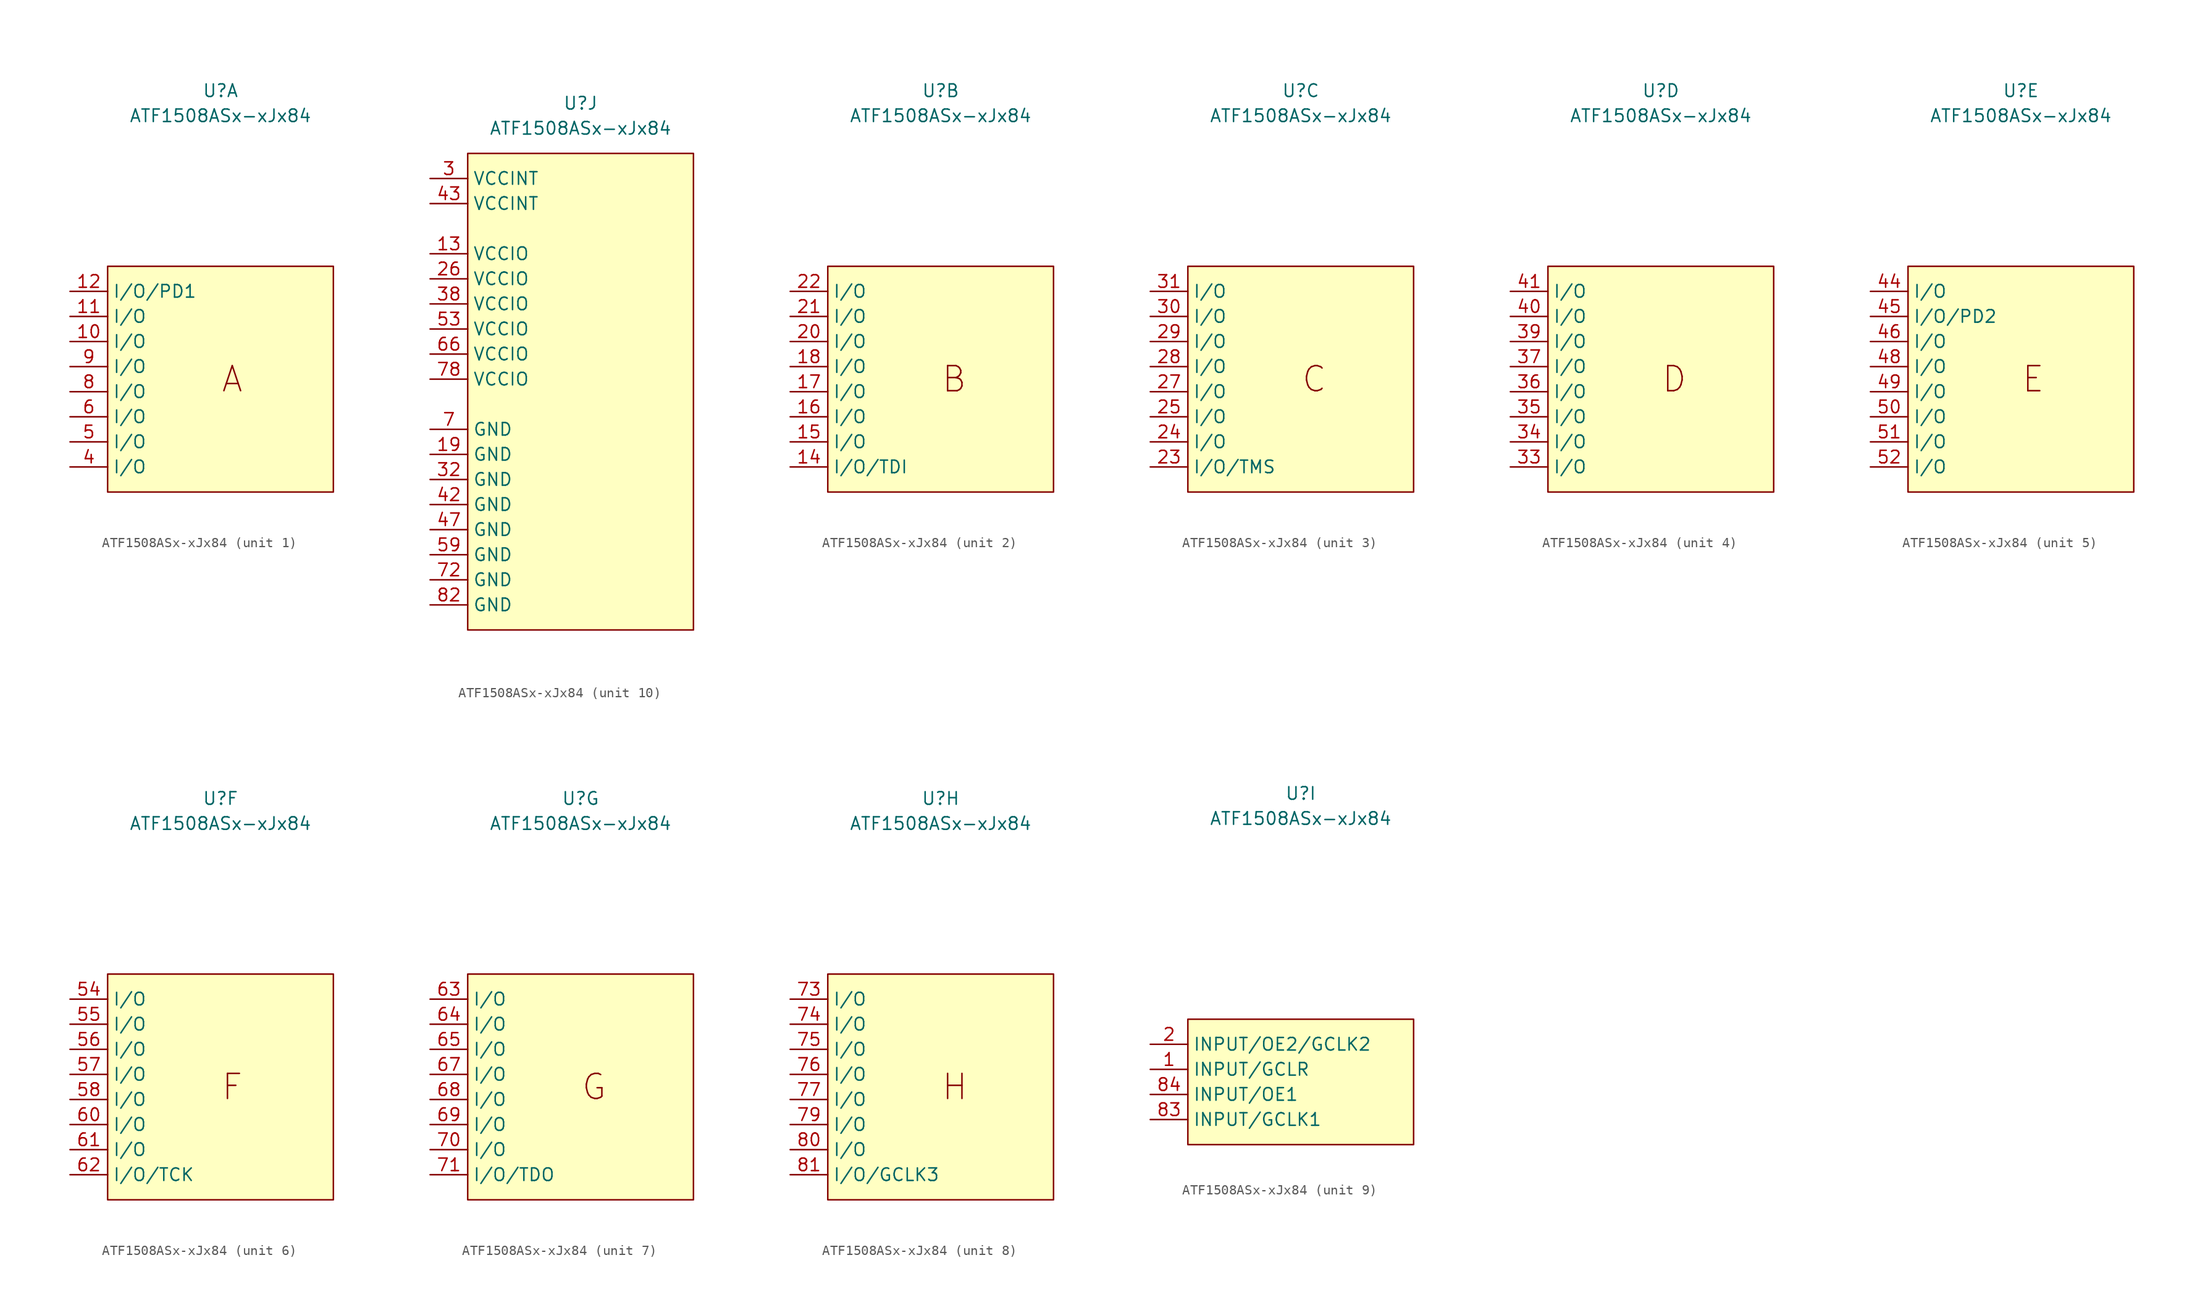
<source format=kicad_sym>
(kicad_symbol_lib
  (version 20231120)
  (generator "kicad_symbol_editor")
  (generator_version "8.0")
  (symbol "ATF1508ASx-xJx84"
    (property "Reference" "U"
      (at 0 27.94 0)
      (effects (font (size 1.27 1.27))))
    (property "Value" "ATF1508ASx-xJx84"
      (at 0 25.4 0)
      (effects (font (size 1.27 1.27))))
    (property "ki_locked" ""
      (at 0 0 0)
      (effects (font (size 1.27 1.27))))
    (symbol "ATF1508ASx-xJx84_1_0"
      (pin bidirectional line (at -15.24 2.54 0) (length 3.81) (name "I/O" (effects (font (size 1.27 1.27)))) (number "10" (effects (font (size 1.27 1.27)))))
      (pin bidirectional line (at -15.24 5.08 0) (length 3.81) (name "I/O" (effects (font (size 1.27 1.27)))) (number "11" (effects (font (size 1.27 1.27)))))
      (pin bidirectional line (at -15.24 7.62 0) (length 3.81) (name "I/O/PD1" (effects (font (size 1.27 1.27)))) (number "12" (effects (font (size 1.27 1.27)))))
      (pin bidirectional line (at -15.24 -10.16 0) (length 3.81) (name "I/O" (effects (font (size 1.27 1.27)))) (number "4" (effects (font (size 1.27 1.27)))))
      (pin bidirectional line (at -15.24 -7.62 0) (length 3.81) (name "I/O" (effects (font (size 1.27 1.27)))) (number "5" (effects (font (size 1.27 1.27)))))
      (pin bidirectional line (at -15.24 -5.08 0) (length 3.81) (name "I/O" (effects (font (size 1.27 1.27)))) (number "6" (effects (font (size 1.27 1.27)))))
      (pin bidirectional line (at -15.24 -2.54 0) (length 3.81) (name "I/O" (effects (font (size 1.27 1.27)))) (number "8" (effects (font (size 1.27 1.27)))))
      (pin bidirectional line (at -15.24 0 0) (length 3.81) (name "I/O" (effects (font (size 1.27 1.27)))) (number "9" (effects (font (size 1.27 1.27))))))
    (symbol "ATF1508ASx-xJx84_1_1"
      (rectangle (start -11.43 10.16) (end 11.43 -12.7) (stroke (width 0) (type default)) (fill (type background)))
      (text "A" (at 0 -1.27 0) (effects (font (size 2.54 2.54)) (justify left))))
    (symbol "ATF1508ASx-xJx84_2_0"
      (pin bidirectional line (at -15.24 -10.16 0) (length 3.81) (name "I/O/TDI" (effects (font (size 1.27 1.27)))) (number "14" (effects (font (size 1.27 1.27)))))
      (pin bidirectional line (at -15.24 -7.62 0) (length 3.81) (name "I/O" (effects (font (size 1.27 1.27)))) (number "15" (effects (font (size 1.27 1.27)))))
      (pin bidirectional line (at -15.24 -5.08 0) (length 3.81) (name "I/O" (effects (font (size 1.27 1.27)))) (number "16" (effects (font (size 1.27 1.27)))))
      (pin bidirectional line (at -15.24 -2.54 0) (length 3.81) (name "I/O" (effects (font (size 1.27 1.27)))) (number "17" (effects (font (size 1.27 1.27)))))
      (pin bidirectional line (at -15.24 0 0) (length 3.81) (name "I/O" (effects (font (size 1.27 1.27)))) (number "18" (effects (font (size 1.27 1.27)))))
      (pin bidirectional line (at -15.24 2.54 0) (length 3.81) (name "I/O" (effects (font (size 1.27 1.27)))) (number "20" (effects (font (size 1.27 1.27)))))
      (pin bidirectional line (at -15.24 5.08 0) (length 3.81) (name "I/O" (effects (font (size 1.27 1.27)))) (number "21" (effects (font (size 1.27 1.27)))))
      (pin bidirectional line (at -15.24 7.62 0) (length 3.81) (name "I/O" (effects (font (size 1.27 1.27)))) (number "22" (effects (font (size 1.27 1.27))))))
    (symbol "ATF1508ASx-xJx84_2_1"
      (rectangle (start -11.43 10.16) (end 11.43 -12.7) (stroke (width 0) (type default)) (fill (type background)))
      (text "B" (at 0 -1.27 0) (effects (font (size 2.54 2.54)) (justify left))))
    (symbol "ATF1508ASx-xJx84_3_0"
      (pin bidirectional line (at -15.24 -10.16 0) (length 3.81) (name "I/O/TMS" (effects (font (size 1.27 1.27)))) (number "23" (effects (font (size 1.27 1.27)))))
      (pin bidirectional line (at -15.24 -7.62 0) (length 3.81) (name "I/O" (effects (font (size 1.27 1.27)))) (number "24" (effects (font (size 1.27 1.27)))))
      (pin bidirectional line (at -15.24 -5.08 0) (length 3.81) (name "I/O" (effects (font (size 1.27 1.27)))) (number "25" (effects (font (size 1.27 1.27)))))
      (pin bidirectional line (at -15.24 -2.54 0) (length 3.81) (name "I/O" (effects (font (size 1.27 1.27)))) (number "27" (effects (font (size 1.27 1.27)))))
      (pin bidirectional line (at -15.24 0 0) (length 3.81) (name "I/O" (effects (font (size 1.27 1.27)))) (number "28" (effects (font (size 1.27 1.27)))))
      (pin bidirectional line (at -15.24 2.54 0) (length 3.81) (name "I/O" (effects (font (size 1.27 1.27)))) (number "29" (effects (font (size 1.27 1.27)))))
      (pin bidirectional line (at -15.24 5.08 0) (length 3.81) (name "I/O" (effects (font (size 1.27 1.27)))) (number "30" (effects (font (size 1.27 1.27)))))
      (pin bidirectional line (at -15.24 7.62 0) (length 3.81) (name "I/O" (effects (font (size 1.27 1.27)))) (number "31" (effects (font (size 1.27 1.27))))))
    (symbol "ATF1508ASx-xJx84_3_1"
      (rectangle (start -11.43 10.16) (end 11.43 -12.7) (stroke (width 0) (type default)) (fill (type background)))
      (text "C" (at 0 -1.27 0) (effects (font (size 2.54 2.54)) (justify left))))
    (symbol "ATF1508ASx-xJx84_4_0"
      (pin bidirectional line (at -15.24 -10.16 0) (length 3.81) (name "I/O" (effects (font (size 1.27 1.27)))) (number "33" (effects (font (size 1.27 1.27)))))
      (pin bidirectional line (at -15.24 -7.62 0) (length 3.81) (name "I/O" (effects (font (size 1.27 1.27)))) (number "34" (effects (font (size 1.27 1.27)))))
      (pin bidirectional line (at -15.24 -5.08 0) (length 3.81) (name "I/O" (effects (font (size 1.27 1.27)))) (number "35" (effects (font (size 1.27 1.27)))))
      (pin bidirectional line (at -15.24 -2.54 0) (length 3.81) (name "I/O" (effects (font (size 1.27 1.27)))) (number "36" (effects (font (size 1.27 1.27)))))
      (pin bidirectional line (at -15.24 0 0) (length 3.81) (name "I/O" (effects (font (size 1.27 1.27)))) (number "37" (effects (font (size 1.27 1.27)))))
      (pin bidirectional line (at -15.24 2.54 0) (length 3.81) (name "I/O" (effects (font (size 1.27 1.27)))) (number "39" (effects (font (size 1.27 1.27)))))
      (pin bidirectional line (at -15.24 5.08 0) (length 3.81) (name "I/O" (effects (font (size 1.27 1.27)))) (number "40" (effects (font (size 1.27 1.27)))))
      (pin bidirectional line (at -15.24 7.62 0) (length 3.81) (name "I/O" (effects (font (size 1.27 1.27)))) (number "41" (effects (font (size 1.27 1.27))))))
    (symbol "ATF1508ASx-xJx84_4_1"
      (rectangle (start -11.43 10.16) (end 11.43 -12.7) (stroke (width 0) (type default)) (fill (type background)))
      (text "D" (at 0 -1.27 0) (effects (font (size 2.54 2.54)) (justify left))))
    (symbol "ATF1508ASx-xJx84_5_0"
      (pin bidirectional line (at -15.24 7.62 0) (length 3.81) (name "I/O" (effects (font (size 1.27 1.27)))) (number "44" (effects (font (size 1.27 1.27)))))
      (pin bidirectional line (at -15.24 5.08 0) (length 3.81) (name "I/O/PD2" (effects (font (size 1.27 1.27)))) (number "45" (effects (font (size 1.27 1.27)))))
      (pin bidirectional line (at -15.24 2.54 0) (length 3.81) (name "I/O" (effects (font (size 1.27 1.27)))) (number "46" (effects (font (size 1.27 1.27)))))
      (pin bidirectional line (at -15.24 0 0) (length 3.81) (name "I/O" (effects (font (size 1.27 1.27)))) (number "48" (effects (font (size 1.27 1.27)))))
      (pin bidirectional line (at -15.24 -2.54 0) (length 3.81) (name "I/O" (effects (font (size 1.27 1.27)))) (number "49" (effects (font (size 1.27 1.27)))))
      (pin bidirectional line (at -15.24 -5.08 0) (length 3.81) (name "I/O" (effects (font (size 1.27 1.27)))) (number "50" (effects (font (size 1.27 1.27)))))
      (pin bidirectional line (at -15.24 -7.62 0) (length 3.81) (name "I/O" (effects (font (size 1.27 1.27)))) (number "51" (effects (font (size 1.27 1.27)))))
      (pin bidirectional line (at -15.24 -10.16 0) (length 3.81) (name "I/O" (effects (font (size 1.27 1.27)))) (number "52" (effects (font (size 1.27 1.27))))))
    (symbol "ATF1508ASx-xJx84_5_1"
      (rectangle (start -11.43 10.16) (end 11.43 -12.7) (stroke (width 0) (type default)) (fill (type background)))
      (text "E" (at 0 -1.27 0) (effects (font (size 2.54 2.54)) (justify left))))
    (symbol "ATF1508ASx-xJx84_6_0"
      (pin bidirectional line (at -15.24 7.62 0) (length 3.81) (name "I/O" (effects (font (size 1.27 1.27)))) (number "54" (effects (font (size 1.27 1.27)))))
      (pin bidirectional line (at -15.24 5.08 0) (length 3.81) (name "I/O" (effects (font (size 1.27 1.27)))) (number "55" (effects (font (size 1.27 1.27)))))
      (pin bidirectional line (at -15.24 2.54 0) (length 3.81) (name "I/O" (effects (font (size 1.27 1.27)))) (number "56" (effects (font (size 1.27 1.27)))))
      (pin bidirectional line (at -15.24 0 0) (length 3.81) (name "I/O" (effects (font (size 1.27 1.27)))) (number "57" (effects (font (size 1.27 1.27)))))
      (pin bidirectional line (at -15.24 -2.54 0) (length 3.81) (name "I/O" (effects (font (size 1.27 1.27)))) (number "58" (effects (font (size 1.27 1.27)))))
      (pin bidirectional line (at -15.24 -5.08 0) (length 3.81) (name "I/O" (effects (font (size 1.27 1.27)))) (number "60" (effects (font (size 1.27 1.27)))))
      (pin bidirectional line (at -15.24 -7.62 0) (length 3.81) (name "I/O" (effects (font (size 1.27 1.27)))) (number "61" (effects (font (size 1.27 1.27)))))
      (pin bidirectional line (at -15.24 -10.16 0) (length 3.81) (name "I/O/TCK" (effects (font (size 1.27 1.27)))) (number "62" (effects (font (size 1.27 1.27))))))
    (symbol "ATF1508ASx-xJx84_6_1"
      (rectangle (start -11.43 10.16) (end 11.43 -12.7) (stroke (width 0) (type default)) (fill (type background)))
      (text "F" (at 0 -1.27 0) (effects (font (size 2.54 2.54)) (justify left))))
    (symbol "ATF1508ASx-xJx84_7_0"
      (pin bidirectional line (at -15.24 7.62 0) (length 3.81) (name "I/O" (effects (font (size 1.27 1.27)))) (number "63" (effects (font (size 1.27 1.27)))))
      (pin bidirectional line (at -15.24 5.08 0) (length 3.81) (name "I/O" (effects (font (size 1.27 1.27)))) (number "64" (effects (font (size 1.27 1.27)))))
      (pin bidirectional line (at -15.24 2.54 0) (length 3.81) (name "I/O" (effects (font (size 1.27 1.27)))) (number "65" (effects (font (size 1.27 1.27)))))
      (pin bidirectional line (at -15.24 0 0) (length 3.81) (name "I/O" (effects (font (size 1.27 1.27)))) (number "67" (effects (font (size 1.27 1.27)))))
      (pin bidirectional line (at -15.24 -2.54 0) (length 3.81) (name "I/O" (effects (font (size 1.27 1.27)))) (number "68" (effects (font (size 1.27 1.27)))))
      (pin bidirectional line (at -15.24 -5.08 0) (length 3.81) (name "I/O" (effects (font (size 1.27 1.27)))) (number "69" (effects (font (size 1.27 1.27)))))
      (pin bidirectional line (at -15.24 -7.62 0) (length 3.81) (name "I/O" (effects (font (size 1.27 1.27)))) (number "70" (effects (font (size 1.27 1.27)))))
      (pin bidirectional line (at -15.24 -10.16 0) (length 3.81) (name "I/O/TDO" (effects (font (size 1.27 1.27)))) (number "71" (effects (font (size 1.27 1.27))))))
    (symbol "ATF1508ASx-xJx84_7_1"
      (rectangle (start -11.43 10.16) (end 11.43 -12.7) (stroke (width 0) (type default)) (fill (type background)))
      (text "G" (at 0 -1.27 0) (effects (font (size 2.54 2.54)) (justify left))))
    (symbol "ATF1508ASx-xJx84_8_0"
      (pin bidirectional line (at -15.24 7.62 0) (length 3.81) (name "I/O" (effects (font (size 1.27 1.27)))) (number "73" (effects (font (size 1.27 1.27)))))
      (pin bidirectional line (at -15.24 5.08 0) (length 3.81) (name "I/O" (effects (font (size 1.27 1.27)))) (number "74" (effects (font (size 1.27 1.27)))))
      (pin bidirectional line (at -15.24 2.54 0) (length 3.81) (name "I/O" (effects (font (size 1.27 1.27)))) (number "75" (effects (font (size 1.27 1.27)))))
      (pin bidirectional line (at -15.24 0 0) (length 3.81) (name "I/O" (effects (font (size 1.27 1.27)))) (number "76" (effects (font (size 1.27 1.27)))))
      (pin bidirectional line (at -15.24 -2.54 0) (length 3.81) (name "I/O" (effects (font (size 1.27 1.27)))) (number "77" (effects (font (size 1.27 1.27)))))
      (pin bidirectional line (at -15.24 -5.08 0) (length 3.81) (name "I/O" (effects (font (size 1.27 1.27)))) (number "79" (effects (font (size 1.27 1.27)))))
      (pin bidirectional line (at -15.24 -7.62 0) (length 3.81) (name "I/O" (effects (font (size 1.27 1.27)))) (number "80" (effects (font (size 1.27 1.27)))))
      (pin bidirectional line (at -15.24 -10.16 0) (length 3.81) (name "I/O/GCLK3" (effects (font (size 1.27 1.27)))) (number "81" (effects (font (size 1.27 1.27))))))
    (symbol "ATF1508ASx-xJx84_8_1"
      (rectangle (start -11.43 10.16) (end 11.43 -12.7) (stroke (width 0) (type default)) (fill (type background)))
      (text "H" (at 0 -1.27 0) (effects (font (size 2.54 2.54)) (justify left))))
    (symbol "ATF1508ASx-xJx84_9_0"
      (pin input line (at -15.24 0 0) (length 3.81) (name "INPUT/GCLR" (effects (font (size 1.27 1.27)))) (number "1" (effects (font (size 1.27 1.27)))))
      (pin input line (at -15.24 2.54 0) (length 3.81) (name "INPUT/OE2/GCLK2" (effects (font (size 1.27 1.27)))) (number "2" (effects (font (size 1.27 1.27)))))
      (pin input line (at -15.24 -5.08 0) (length 3.81) (name "INPUT/GCLK1" (effects (font (size 1.27 1.27)))) (number "83" (effects (font (size 1.27 1.27)))))
      (pin input line (at -15.24 -2.54 0) (length 3.81) (name "INPUT/OE1" (effects (font (size 1.27 1.27)))) (number "84" (effects (font (size 1.27 1.27))))))
    (symbol "ATF1508ASx-xJx84_9_1"
      (rectangle (start -11.43 5.08) (end 11.43 -7.62) (stroke (width 0) (type default)) (fill (type background))))
    (symbol "ATF1508ASx-xJx84_10_0"
      (pin power_in line (at -15.24 12.7 0) (length 3.81) (name "VCCIO" (effects (font (size 1.27 1.27)))) (number "13" (effects (font (size 1.27 1.27)))))
      (pin power_in line (at -15.24 -7.62 0) (length 3.81) (name "GND" (effects (font (size 1.27 1.27)))) (number "19" (effects (font (size 1.27 1.27)))))
      (pin power_in line (at -15.24 10.16 0) (length 3.81) (name "VCCIO" (effects (font (size 1.27 1.27)))) (number "26" (effects (font (size 1.27 1.27)))))
      (pin power_in line (at -15.24 20.32 0) (length 3.81) (name "VCCINT" (effects (font (size 1.27 1.27)))) (number "3" (effects (font (size 1.27 1.27)))))
      (pin power_in line (at -15.24 -10.16 0) (length 3.81) (name "GND" (effects (font (size 1.27 1.27)))) (number "32" (effects (font (size 1.27 1.27)))))
      (pin power_in line (at -15.24 7.62 0) (length 3.81) (name "VCCIO" (effects (font (size 1.27 1.27)))) (number "38" (effects (font (size 1.27 1.27)))))
      (pin power_in line (at -15.24 -12.7 0) (length 3.81) (name "GND" (effects (font (size 1.27 1.27)))) (number "42" (effects (font (size 1.27 1.27)))))
      (pin power_in line (at -15.24 17.78 0) (length 3.81) (name "VCCINT" (effects (font (size 1.27 1.27)))) (number "43" (effects (font (size 1.27 1.27)))))
      (pin power_in line (at -15.24 -15.24 0) (length 3.81) (name "GND" (effects (font (size 1.27 1.27)))) (number "47" (effects (font (size 1.27 1.27)))))
      (pin power_in line (at -15.24 5.08 0) (length 3.81) (name "VCCIO" (effects (font (size 1.27 1.27)))) (number "53" (effects (font (size 1.27 1.27)))))
      (pin power_in line (at -15.24 -17.78 0) (length 3.81) (name "GND" (effects (font (size 1.27 1.27)))) (number "59" (effects (font (size 1.27 1.27)))))
      (pin power_in line (at -15.24 2.54 0) (length 3.81) (name "VCCIO" (effects (font (size 1.27 1.27)))) (number "66" (effects (font (size 1.27 1.27)))))
      (pin power_in line (at -15.24 -5.08 0) (length 3.81) (name "GND" (effects (font (size 1.27 1.27)))) (number "7" (effects (font (size 1.27 1.27)))))
      (pin power_in line (at -15.24 -20.32 0) (length 3.81) (name "GND" (effects (font (size 1.27 1.27)))) (number "72" (effects (font (size 1.27 1.27)))))
      (pin power_in line (at -15.24 0 0) (length 3.81) (name "VCCIO" (effects (font (size 1.27 1.27)))) (number "78" (effects (font (size 1.27 1.27)))))
      (pin power_in line (at -15.24 -22.86 0) (length 3.81) (name "GND" (effects (font (size 1.27 1.27)))) (number "82" (effects (font (size 1.27 1.27))))))
    (symbol "ATF1508ASx-xJx84_10_1"
      (rectangle (start -11.43 22.86) (end 11.43 -25.4) (stroke (width 0) (type default)) (fill (type background))))))
</source>
